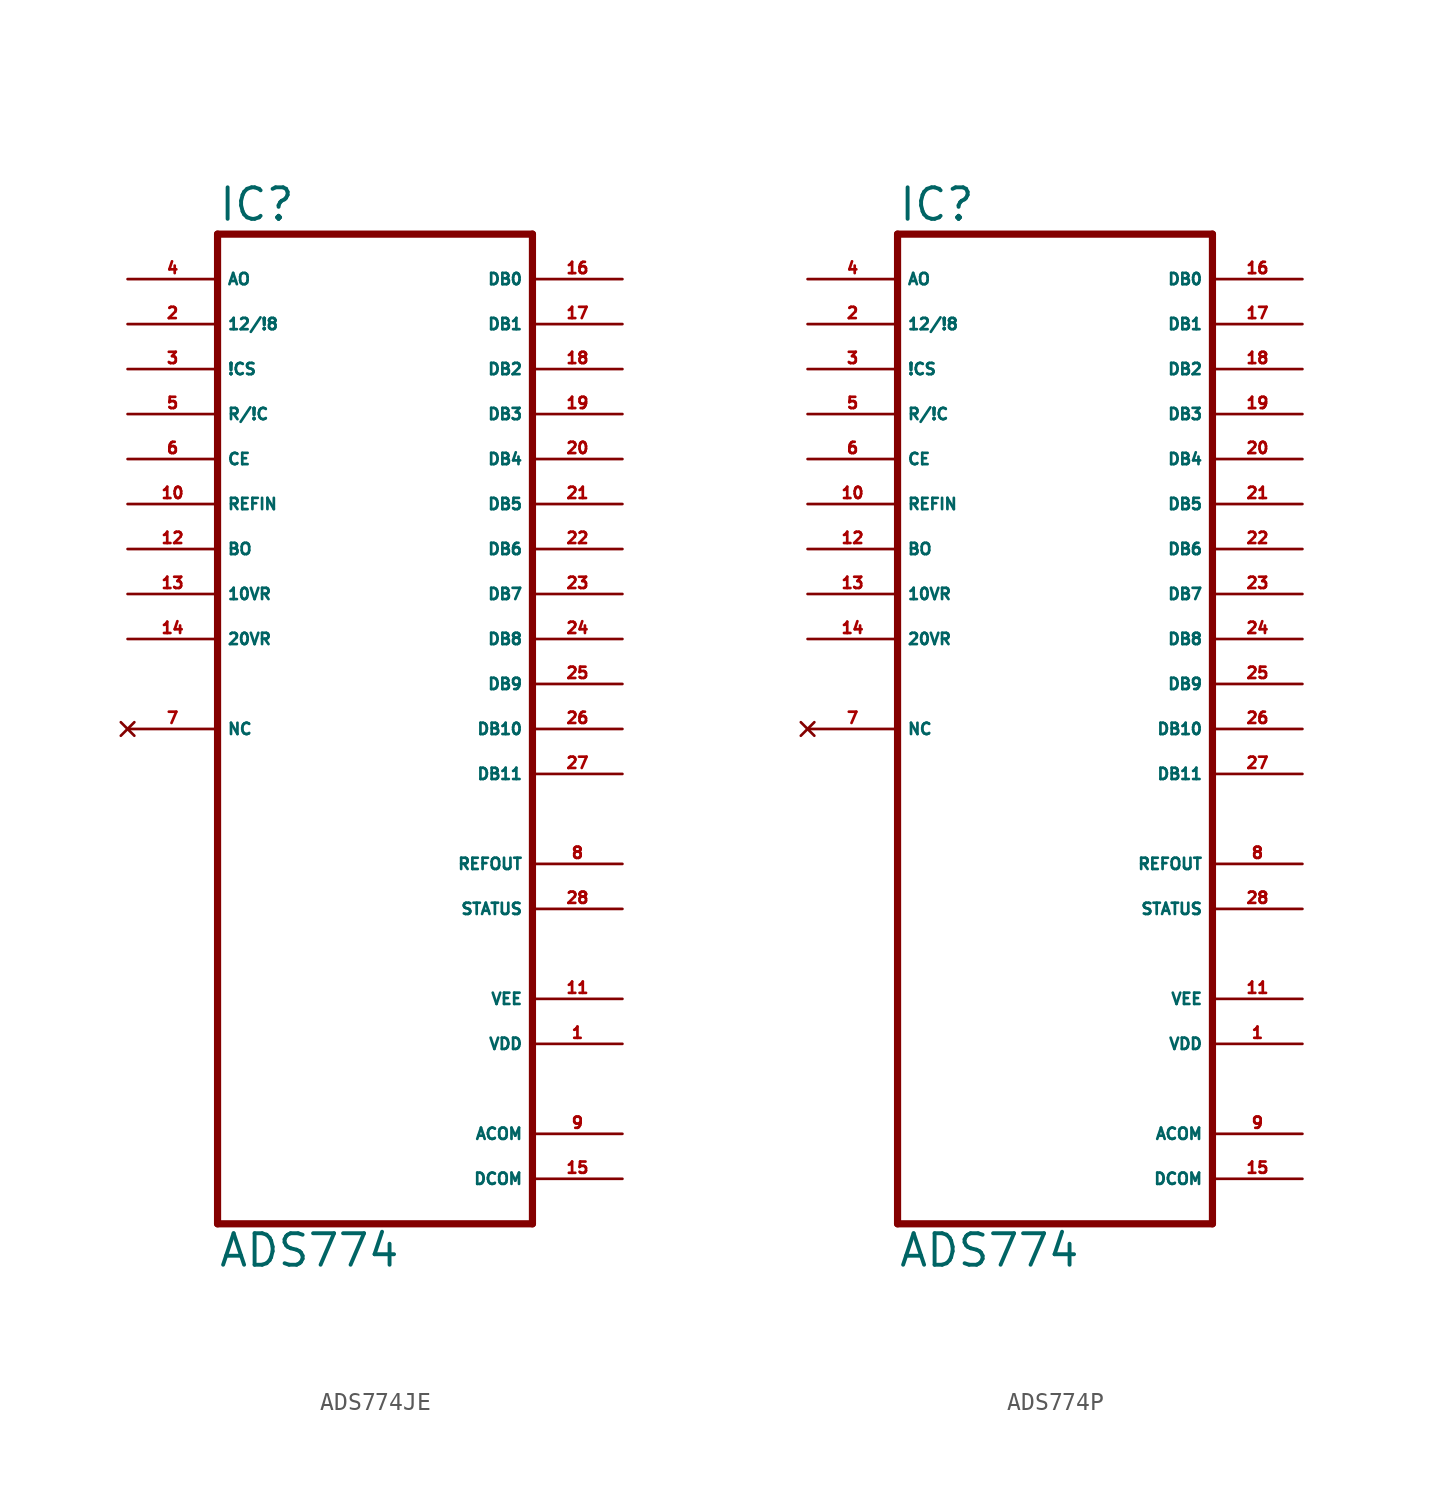
<source format=kicad_sym>
(kicad_symbol_lib
  (version 20220914)
  (generator Eagle2Kicad)
  (symbol "ADS774JE"
    (property "Reference" "IC"
      (at -7.62 28.575 0)
      (effects (font (size 1.778 1.778) (thickness 0.22)) (justify left bottom)))
    (property "Value" "ADS774"
      (at -7.62 -30.48 0)
      (effects (font (size 1.778 1.778) (thickness 0.22)) (justify left bottom)))
    (polyline
      (pts (xy 10.16 -27.94) (xy -7.62 -27.94))
      (stroke (width 0.406) (type default))
      (fill (type none)))
    (polyline
      (pts (xy -7.62 -27.94) (xy -7.62 27.94))
      (stroke (width 0.406) (type default))
      (fill (type none)))
    (polyline
      (pts (xy -7.62 27.94) (xy 10.16 27.94))
      (stroke (width 0.406) (type default))
      (fill (type none)))
    (polyline
      (pts (xy 10.16 27.94) (xy 10.16 -27.94))
      (stroke (width 0.406) (type default))
      (fill (type none)))
    (pin output line
      (at 15.24 25.4 180)
      (length 5.08)
      (name "DB0" (effects (font (size 0.635 0.635) (thickness 0.08)) (justify left bottom)))
      (number "16" (effects (font (size 0.635 0.635) (thickness 0.08)) (justify left bottom))))
    (pin output line
      (at 15.24 22.86 180)
      (length 5.08)
      (name "DB1" (effects (font (size 0.635 0.635) (thickness 0.08)) (justify left bottom)))
      (number "17" (effects (font (size 0.635 0.635) (thickness 0.08)) (justify left bottom))))
    (pin output line
      (at 15.24 20.32 180)
      (length 5.08)
      (name "DB2" (effects (font (size 0.635 0.635) (thickness 0.08)) (justify left bottom)))
      (number "18" (effects (font (size 0.635 0.635) (thickness 0.08)) (justify left bottom))))
    (pin output line
      (at 15.24 17.78 180)
      (length 5.08)
      (name "DB3" (effects (font (size 0.635 0.635) (thickness 0.08)) (justify left bottom)))
      (number "19" (effects (font (size 0.635 0.635) (thickness 0.08)) (justify left bottom))))
    (pin output line
      (at 15.24 15.24 180)
      (length 5.08)
      (name "DB4" (effects (font (size 0.635 0.635) (thickness 0.08)) (justify left bottom)))
      (number "20" (effects (font (size 0.635 0.635) (thickness 0.08)) (justify left bottom))))
    (pin output line
      (at 15.24 12.7 180)
      (length 5.08)
      (name "DB5" (effects (font (size 0.635 0.635) (thickness 0.08)) (justify left bottom)))
      (number "21" (effects (font (size 0.635 0.635) (thickness 0.08)) (justify left bottom))))
    (pin output line
      (at 15.24 10.16 180)
      (length 5.08)
      (name "DB6" (effects (font (size 0.635 0.635) (thickness 0.08)) (justify left bottom)))
      (number "22" (effects (font (size 0.635 0.635) (thickness 0.08)) (justify left bottom))))
    (pin output line
      (at 15.24 7.62 180)
      (length 5.08)
      (name "DB7" (effects (font (size 0.635 0.635) (thickness 0.08)) (justify left bottom)))
      (number "23" (effects (font (size 0.635 0.635) (thickness 0.08)) (justify left bottom))))
    (pin output line
      (at 15.24 5.08 180)
      (length 5.08)
      (name "DB8" (effects (font (size 0.635 0.635) (thickness 0.08)) (justify left bottom)))
      (number "24" (effects (font (size 0.635 0.635) (thickness 0.08)) (justify left bottom))))
    (pin output line
      (at 15.24 2.54 180)
      (length 5.08)
      (name "DB9" (effects (font (size 0.635 0.635) (thickness 0.08)) (justify left bottom)))
      (number "25" (effects (font (size 0.635 0.635) (thickness 0.08)) (justify left bottom))))
    (pin output line
      (at 15.24 0 180)
      (length 5.08)
      (name "DB10" (effects (font (size 0.635 0.635) (thickness 0.08)) (justify left bottom)))
      (number "26" (effects (font (size 0.635 0.635) (thickness 0.08)) (justify left bottom))))
    (pin output line
      (at 15.24 -2.54 180)
      (length 5.08)
      (name "DB11" (effects (font (size 0.635 0.635) (thickness 0.08)) (justify left bottom)))
      (number "27" (effects (font (size 0.635 0.635) (thickness 0.08)) (justify left bottom))))
    (pin no_connect line
      (at -12.7 0 0)
      (length 5.08)
      (name "NC" (effects (font (size 0.635 0.635) (thickness 0.08)) (justify left bottom) hide))
      (number "7" (effects (font (size 0.635 0.635) (thickness 0.08)) (justify left bottom) hide)))
    (pin input line
      (at -12.7 15.24 0)
      (length 5.08)
      (name "CE" (effects (font (size 0.635 0.635) (thickness 0.08)) (justify left bottom)))
      (number "6" (effects (font (size 0.635 0.635) (thickness 0.08)) (justify left bottom))))
    (pin input line
      (at -12.7 12.7 0)
      (length 5.08)
      (name "REFIN" (effects (font (size 0.635 0.635) (thickness 0.08)) (justify left bottom)))
      (number "10" (effects (font (size 0.635 0.635) (thickness 0.08)) (justify left bottom))))
    (pin input line
      (at -12.7 10.16 0)
      (length 5.08)
      (name "BO" (effects (font (size 0.635 0.635) (thickness 0.08)) (justify left bottom)))
      (number "12" (effects (font (size 0.635 0.635) (thickness 0.08)) (justify left bottom))))
    (pin input line
      (at -12.7 7.62 0)
      (length 5.08)
      (name "10VR" (effects (font (size 0.635 0.635) (thickness 0.08)) (justify left bottom)))
      (number "13" (effects (font (size 0.635 0.635) (thickness 0.08)) (justify left bottom))))
    (pin input line
      (at -12.7 5.08 0)
      (length 5.08)
      (name "20VR" (effects (font (size 0.635 0.635) (thickness 0.08)) (justify left bottom)))
      (number "14" (effects (font (size 0.635 0.635) (thickness 0.08)) (justify left bottom))))
    (pin output line
      (at 15.24 -10.16 180)
      (length 5.08)
      (name "STATUS" (effects (font (size 0.635 0.635) (thickness 0.08)) (justify left bottom)))
      (number "28" (effects (font (size 0.635 0.635) (thickness 0.08)) (justify left bottom))))
    (pin input line
      (at -12.7 17.78 0)
      (length 5.08)
      (name "R/!C" (effects (font (size 0.635 0.635) (thickness 0.08)) (justify left bottom)))
      (number "5" (effects (font (size 0.635 0.635) (thickness 0.08)) (justify left bottom))))
    (pin input line
      (at -12.7 20.32 0)
      (length 5.08)
      (name "!CS" (effects (font (size 0.635 0.635) (thickness 0.08)) (justify left bottom)))
      (number "3" (effects (font (size 0.635 0.635) (thickness 0.08)) (justify left bottom))))
    (pin input line
      (at -12.7 25.4 0)
      (length 5.08)
      (name "AO" (effects (font (size 0.635 0.635) (thickness 0.08)) (justify left bottom)))
      (number "4" (effects (font (size 0.635 0.635) (thickness 0.08)) (justify left bottom))))
    (pin input line
      (at -12.7 22.86 0)
      (length 5.08)
      (name "12/!8" (effects (font (size 0.635 0.635) (thickness 0.08)) (justify left bottom)))
      (number "2" (effects (font (size 0.635 0.635) (thickness 0.08)) (justify left bottom))))
    (pin output line
      (at 15.24 -7.62 180)
      (length 5.08)
      (name "REFOUT" (effects (font (size 0.635 0.635) (thickness 0.08)) (justify left bottom)))
      (number "8" (effects (font (size 0.635 0.635) (thickness 0.08)) (justify left bottom))))
    (pin unspecified line
      (at 15.24 -15.24 180)
      (length 5.08)
      (name "VEE" (effects (font (size 0.635 0.635) (thickness 0.08)) (justify left bottom)))
      (number "11" (effects (font (size 0.635 0.635) (thickness 0.08)) (justify left bottom))))
    (pin unspecified line
      (at 15.24 -17.78 180)
      (length 5.08)
      (name "VDD" (effects (font (size 0.635 0.635) (thickness 0.08)) (justify left bottom)))
      (number "1" (effects (font (size 0.635 0.635) (thickness 0.08)) (justify left bottom))))
    (pin unspecified line
      (at 15.24 -22.86 180)
      (length 5.08)
      (name "ACOM" (effects (font (size 0.635 0.635) (thickness 0.08)) (justify left bottom)))
      (number "9" (effects (font (size 0.635 0.635) (thickness 0.08)) (justify left bottom))))
    (pin unspecified line
      (at 15.24 -25.4 180)
      (length 5.08)
      (name "DCOM" (effects (font (size 0.635 0.635) (thickness 0.08)) (justify left bottom)))
      (number "15" (effects (font (size 0.635 0.635) (thickness 0.08)) (justify left bottom)))))
  (symbol "ADS774P"
    (property "Reference" "IC"
      (at -7.62 28.575 0)
      (effects (font (size 1.778 1.778) (thickness 0.22)) (justify left bottom)))
    (property "Value" "ADS774"
      (at -7.62 -30.48 0)
      (effects (font (size 1.778 1.778) (thickness 0.22)) (justify left bottom)))
    (polyline
      (pts (xy 10.16 -27.94) (xy -7.62 -27.94))
      (stroke (width 0.406) (type default))
      (fill (type none)))
    (polyline
      (pts (xy -7.62 -27.94) (xy -7.62 27.94))
      (stroke (width 0.406) (type default))
      (fill (type none)))
    (polyline
      (pts (xy -7.62 27.94) (xy 10.16 27.94))
      (stroke (width 0.406) (type default))
      (fill (type none)))
    (polyline
      (pts (xy 10.16 27.94) (xy 10.16 -27.94))
      (stroke (width 0.406) (type default))
      (fill (type none)))
    (pin output line
      (at 15.24 25.4 180)
      (length 5.08)
      (name "DB0" (effects (font (size 0.635 0.635) (thickness 0.08)) (justify left bottom)))
      (number "16" (effects (font (size 0.635 0.635) (thickness 0.08)) (justify left bottom))))
    (pin output line
      (at 15.24 22.86 180)
      (length 5.08)
      (name "DB1" (effects (font (size 0.635 0.635) (thickness 0.08)) (justify left bottom)))
      (number "17" (effects (font (size 0.635 0.635) (thickness 0.08)) (justify left bottom))))
    (pin output line
      (at 15.24 20.32 180)
      (length 5.08)
      (name "DB2" (effects (font (size 0.635 0.635) (thickness 0.08)) (justify left bottom)))
      (number "18" (effects (font (size 0.635 0.635) (thickness 0.08)) (justify left bottom))))
    (pin output line
      (at 15.24 17.78 180)
      (length 5.08)
      (name "DB3" (effects (font (size 0.635 0.635) (thickness 0.08)) (justify left bottom)))
      (number "19" (effects (font (size 0.635 0.635) (thickness 0.08)) (justify left bottom))))
    (pin output line
      (at 15.24 15.24 180)
      (length 5.08)
      (name "DB4" (effects (font (size 0.635 0.635) (thickness 0.08)) (justify left bottom)))
      (number "20" (effects (font (size 0.635 0.635) (thickness 0.08)) (justify left bottom))))
    (pin output line
      (at 15.24 12.7 180)
      (length 5.08)
      (name "DB5" (effects (font (size 0.635 0.635) (thickness 0.08)) (justify left bottom)))
      (number "21" (effects (font (size 0.635 0.635) (thickness 0.08)) (justify left bottom))))
    (pin output line
      (at 15.24 10.16 180)
      (length 5.08)
      (name "DB6" (effects (font (size 0.635 0.635) (thickness 0.08)) (justify left bottom)))
      (number "22" (effects (font (size 0.635 0.635) (thickness 0.08)) (justify left bottom))))
    (pin output line
      (at 15.24 7.62 180)
      (length 5.08)
      (name "DB7" (effects (font (size 0.635 0.635) (thickness 0.08)) (justify left bottom)))
      (number "23" (effects (font (size 0.635 0.635) (thickness 0.08)) (justify left bottom))))
    (pin output line
      (at 15.24 5.08 180)
      (length 5.08)
      (name "DB8" (effects (font (size 0.635 0.635) (thickness 0.08)) (justify left bottom)))
      (number "24" (effects (font (size 0.635 0.635) (thickness 0.08)) (justify left bottom))))
    (pin output line
      (at 15.24 2.54 180)
      (length 5.08)
      (name "DB9" (effects (font (size 0.635 0.635) (thickness 0.08)) (justify left bottom)))
      (number "25" (effects (font (size 0.635 0.635) (thickness 0.08)) (justify left bottom))))
    (pin output line
      (at 15.24 0 180)
      (length 5.08)
      (name "DB10" (effects (font (size 0.635 0.635) (thickness 0.08)) (justify left bottom)))
      (number "26" (effects (font (size 0.635 0.635) (thickness 0.08)) (justify left bottom))))
    (pin output line
      (at 15.24 -2.54 180)
      (length 5.08)
      (name "DB11" (effects (font (size 0.635 0.635) (thickness 0.08)) (justify left bottom)))
      (number "27" (effects (font (size 0.635 0.635) (thickness 0.08)) (justify left bottom))))
    (pin no_connect line
      (at -12.7 0 0)
      (length 5.08)
      (name "NC" (effects (font (size 0.635 0.635) (thickness 0.08)) (justify left bottom) hide))
      (number "7" (effects (font (size 0.635 0.635) (thickness 0.08)) (justify left bottom) hide)))
    (pin input line
      (at -12.7 15.24 0)
      (length 5.08)
      (name "CE" (effects (font (size 0.635 0.635) (thickness 0.08)) (justify left bottom)))
      (number "6" (effects (font (size 0.635 0.635) (thickness 0.08)) (justify left bottom))))
    (pin input line
      (at -12.7 12.7 0)
      (length 5.08)
      (name "REFIN" (effects (font (size 0.635 0.635) (thickness 0.08)) (justify left bottom)))
      (number "10" (effects (font (size 0.635 0.635) (thickness 0.08)) (justify left bottom))))
    (pin input line
      (at -12.7 10.16 0)
      (length 5.08)
      (name "BO" (effects (font (size 0.635 0.635) (thickness 0.08)) (justify left bottom)))
      (number "12" (effects (font (size 0.635 0.635) (thickness 0.08)) (justify left bottom))))
    (pin input line
      (at -12.7 7.62 0)
      (length 5.08)
      (name "10VR" (effects (font (size 0.635 0.635) (thickness 0.08)) (justify left bottom)))
      (number "13" (effects (font (size 0.635 0.635) (thickness 0.08)) (justify left bottom))))
    (pin input line
      (at -12.7 5.08 0)
      (length 5.08)
      (name "20VR" (effects (font (size 0.635 0.635) (thickness 0.08)) (justify left bottom)))
      (number "14" (effects (font (size 0.635 0.635) (thickness 0.08)) (justify left bottom))))
    (pin output line
      (at 15.24 -10.16 180)
      (length 5.08)
      (name "STATUS" (effects (font (size 0.635 0.635) (thickness 0.08)) (justify left bottom)))
      (number "28" (effects (font (size 0.635 0.635) (thickness 0.08)) (justify left bottom))))
    (pin input line
      (at -12.7 17.78 0)
      (length 5.08)
      (name "R/!C" (effects (font (size 0.635 0.635) (thickness 0.08)) (justify left bottom)))
      (number "5" (effects (font (size 0.635 0.635) (thickness 0.08)) (justify left bottom))))
    (pin input line
      (at -12.7 20.32 0)
      (length 5.08)
      (name "!CS" (effects (font (size 0.635 0.635) (thickness 0.08)) (justify left bottom)))
      (number "3" (effects (font (size 0.635 0.635) (thickness 0.08)) (justify left bottom))))
    (pin input line
      (at -12.7 25.4 0)
      (length 5.08)
      (name "AO" (effects (font (size 0.635 0.635) (thickness 0.08)) (justify left bottom)))
      (number "4" (effects (font (size 0.635 0.635) (thickness 0.08)) (justify left bottom))))
    (pin input line
      (at -12.7 22.86 0)
      (length 5.08)
      (name "12/!8" (effects (font (size 0.635 0.635) (thickness 0.08)) (justify left bottom)))
      (number "2" (effects (font (size 0.635 0.635) (thickness 0.08)) (justify left bottom))))
    (pin output line
      (at 15.24 -7.62 180)
      (length 5.08)
      (name "REFOUT" (effects (font (size 0.635 0.635) (thickness 0.08)) (justify left bottom)))
      (number "8" (effects (font (size 0.635 0.635) (thickness 0.08)) (justify left bottom))))
    (pin unspecified line
      (at 15.24 -15.24 180)
      (length 5.08)
      (name "VEE" (effects (font (size 0.635 0.635) (thickness 0.08)) (justify left bottom)))
      (number "11" (effects (font (size 0.635 0.635) (thickness 0.08)) (justify left bottom))))
    (pin unspecified line
      (at 15.24 -17.78 180)
      (length 5.08)
      (name "VDD" (effects (font (size 0.635 0.635) (thickness 0.08)) (justify left bottom)))
      (number "1" (effects (font (size 0.635 0.635) (thickness 0.08)) (justify left bottom))))
    (pin unspecified line
      (at 15.24 -22.86 180)
      (length 5.08)
      (name "ACOM" (effects (font (size 0.635 0.635) (thickness 0.08)) (justify left bottom)))
      (number "9" (effects (font (size 0.635 0.635) (thickness 0.08)) (justify left bottom))))
    (pin unspecified line
      (at 15.24 -25.4 180)
      (length 5.08)
      (name "DCOM" (effects (font (size 0.635 0.635) (thickness 0.08)) (justify left bottom)))
      (number "15" (effects (font (size 0.635 0.635) (thickness 0.08)) (justify left bottom))))))
</source>
